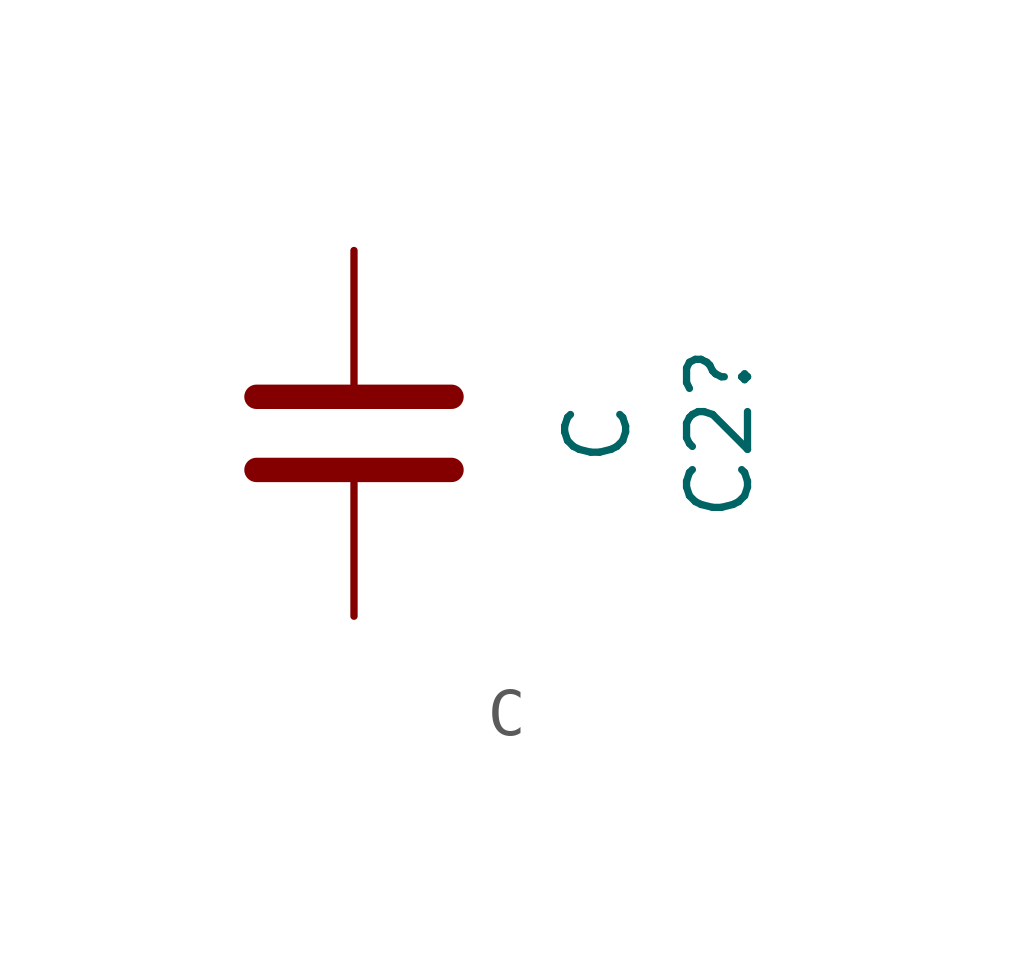
<source format=kicad_sym>
(kicad_symbol_lib
  (version 20241209)
  (generator "kicad_symbol_editor")
  (generator_version "9.0")
  (symbol "C"
    (pin_numbers
      (hide yes))
    (pin_names
      (offset 0.254))
    (property "Reference" "C2"
      (at 7.62 0 90)
      (effects (font (size 1.27 1.27))))
    (property "Value" "C"
      (at 5.08 0 90)
      (effects (font (size 1.27 1.27))))
    (symbol "C_0_1"
      (polyline (pts (xy -2.032 0.762) (xy 2.032 0.762)) (stroke (width 0.508) (type default)) (fill (type none)))
      (polyline (pts (xy -2.032 -0.762) (xy 2.032 -0.762)) (stroke (width 0.508) (type default)) (fill (type none))))
    (symbol "C_1_1"
      (pin passive line (at 0 3.81 270) (length 2.794) (name "~" (effects (font (size 1.27 1.27)))) (number "1" (effects (font (size 1.27 1.27)))))
      (pin passive line (at 0 -3.81 90) (length 2.794) (name "~" (effects (font (size 1.27 1.27)))) (number "2" (effects (font (size 1.27 1.27))))))))
</source>
